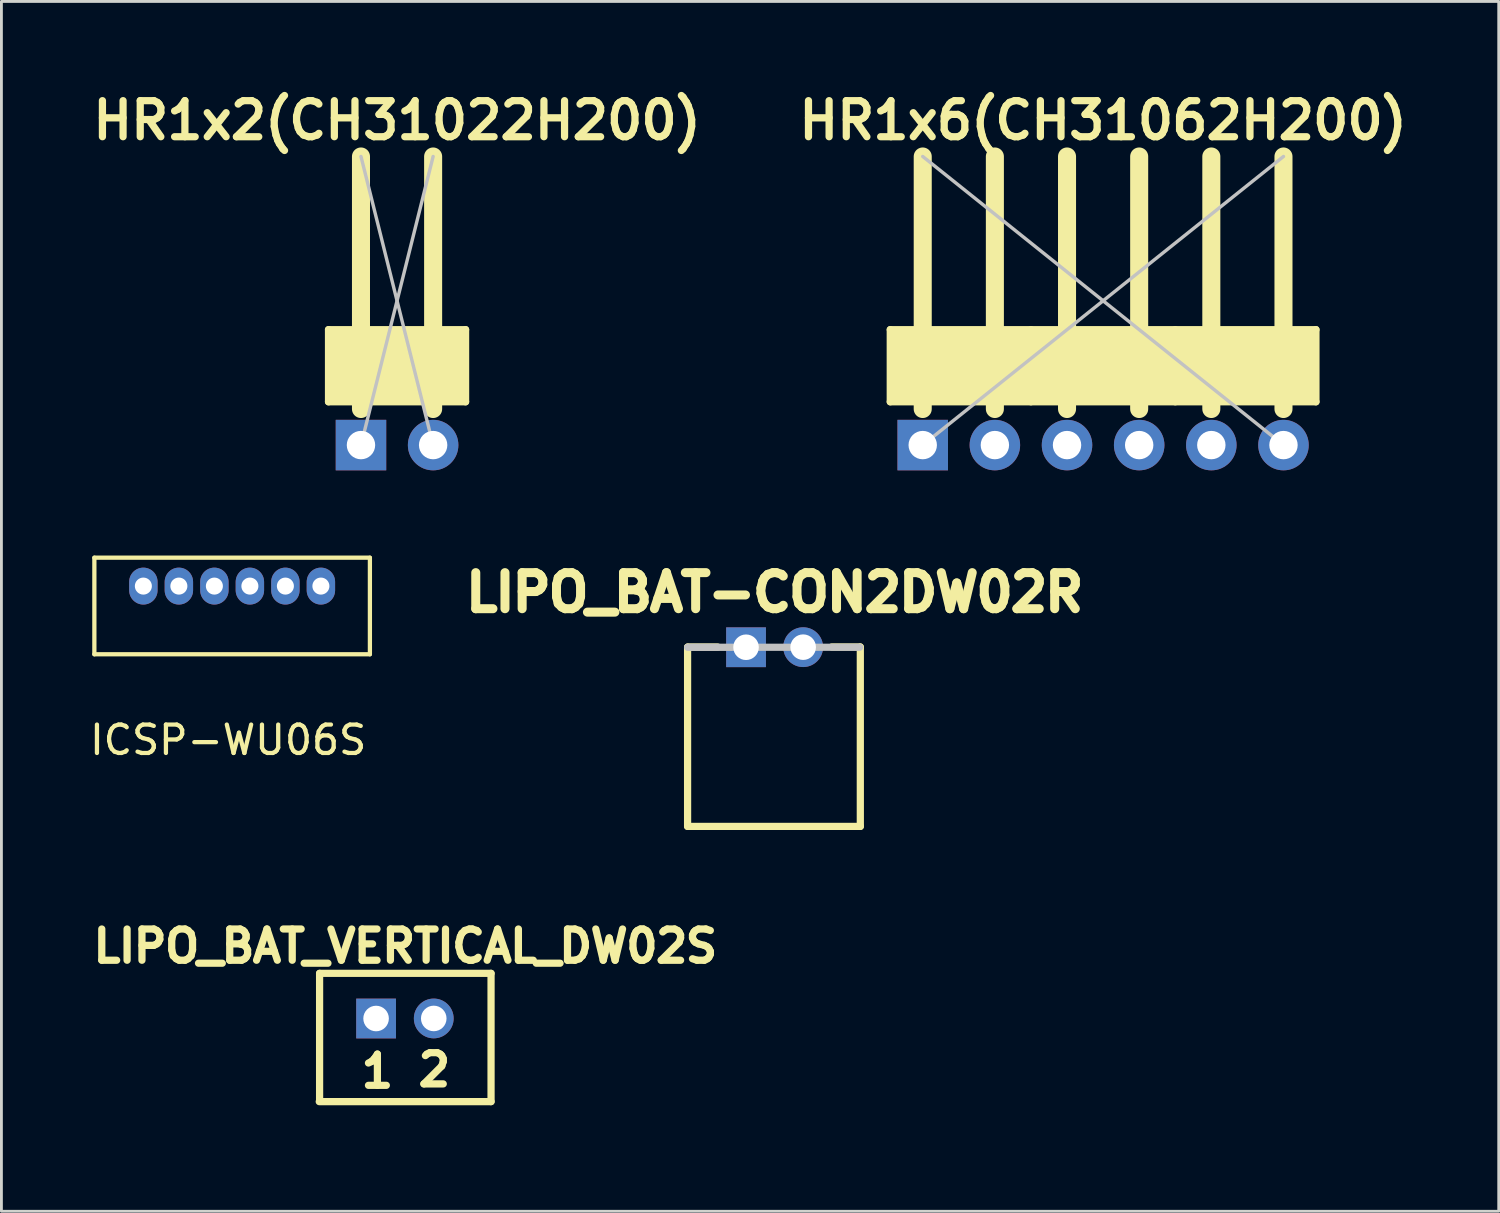
<source format=kicad_pcb>
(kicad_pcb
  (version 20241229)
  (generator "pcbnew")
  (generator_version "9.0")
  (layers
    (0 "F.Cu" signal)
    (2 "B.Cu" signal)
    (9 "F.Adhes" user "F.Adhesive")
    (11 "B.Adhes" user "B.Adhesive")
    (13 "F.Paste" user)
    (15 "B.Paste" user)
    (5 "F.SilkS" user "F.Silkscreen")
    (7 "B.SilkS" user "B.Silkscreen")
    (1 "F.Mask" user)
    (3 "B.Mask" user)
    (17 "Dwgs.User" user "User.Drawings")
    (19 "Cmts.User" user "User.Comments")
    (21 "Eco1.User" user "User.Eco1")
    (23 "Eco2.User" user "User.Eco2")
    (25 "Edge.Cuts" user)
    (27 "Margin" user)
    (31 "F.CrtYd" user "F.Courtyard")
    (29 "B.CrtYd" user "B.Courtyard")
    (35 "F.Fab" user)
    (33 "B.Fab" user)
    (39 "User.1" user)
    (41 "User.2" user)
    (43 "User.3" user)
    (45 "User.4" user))
  (footprint "ICSP-WU06S"
    (layer "F.Cu")
    (at 5.122 17.583)
    (property "Reference" "ICSP-WU06S" (at -0.14 5.42 0) (layer "F.SilkS") (effects (font (size 1 1) (thickness 0.15))))
    (attr through_hole)
    (fp_line (start -4.85 -1) (end 4.85 -1) (stroke (width 0.15) (type solid)) (layer "F.SilkS"))
    (fp_line (start -4.85 2.4) (end -4.85 -1) (stroke (width 0.15) (type solid)) (layer "F.SilkS"))
    (fp_line (start 4.85 -1) (end 4.85 2.4) (stroke (width 0.15) (type solid)) (layer "F.SilkS"))
    (fp_line (start 4.85 2.4) (end -4.85 2.4) (stroke (width 0.15) (type solid)) (layer "F.SilkS"))
    (pad "1" thru_hole oval (at -3.125 0) (size 1 1.3) (drill 0.6) (layers "*.Cu" "*.Mask"))
    (pad "2" thru_hole oval (at -1.875 0) (size 1 1.3) (drill 0.6) (layers "*.Cu" "*.Mask"))
    (pad "3" thru_hole oval (at -0.625 0) (size 1 1.3) (drill 0.6) (layers "*.Cu" "*.Mask"))
    (pad "4" thru_hole oval (at 0.625 0) (size 1 1.3) (drill 0.6) (layers "*.Cu" "*.Mask"))
    (pad "5" thru_hole oval (at 1.875 0) (size 1 1.3) (drill 0.6) (layers "*.Cu" "*.Mask"))
    (pad "6" thru_hole oval (at 3.125 0) (size 1 1.3) (drill 0.6) (layers "*.Cu" "*.Mask")))
  (footprint "HR1x6(CH31062H200)"
    (layer "F.Cu")
    (at 35.784 7.539)
    (property "Reference" "HR1x6(CH31062H200)" (at 0 -6.35 0) (layer "F.SilkS") (effects (font (size 1.27 1.27) (thickness 0.254))))
    (attr through_hole)
    (fp_line (start -7.493 1.016) (end -7.493 3.556) (stroke (width 0.254) (type solid)) (layer "F.SilkS"))
    (fp_line (start -7.493 3.556) (end -6.35 3.556) (stroke (width 0.254) (type solid)) (layer "F.SilkS"))
    (fp_line (start -6.35 1.016) (end -7.493 1.016) (stroke (width 0.254) (type solid)) (layer "F.SilkS"))
    (fp_line (start -6.35 1.016) (end -6.35 -5.08) (stroke (width 0.635) (type solid)) (layer "F.SilkS"))
    (fp_line (start -6.35 3.556) (end -6.35 3.81) (stroke (width 0.635) (type solid)) (layer "F.SilkS"))
    (fp_line (start -6.35 3.556) (end -3.81 3.556) (stroke (width 0.254) (type solid)) (layer "F.SilkS"))
    (fp_line (start -3.81 1.016) (end -6.35 1.016) (stroke (width 0.254) (type solid)) (layer "F.SilkS"))
    (fp_line (start -3.81 1.016) (end -3.81 -5.08) (stroke (width 0.635) (type solid)) (layer "F.SilkS"))
    (fp_line (start -3.81 3.556) (end -3.81 3.81) (stroke (width 0.635) (type solid)) (layer "F.SilkS"))
    (fp_line (start -3.81 3.556) (end -2.54 3.556) (stroke (width 0.254) (type solid)) (layer "F.SilkS"))
    (fp_line (start -2.54 1.016) (end -3.81 1.016) (stroke (width 0.254) (type solid)) (layer "F.SilkS"))
    (fp_line (start -2.54 3.556) (end -1.27 3.556) (stroke (width 0.254) (type solid)) (layer "F.SilkS"))
    (fp_line (start -1.27 1.016) (end -2.54 1.016) (stroke (width 0.254) (type solid)) (layer "F.SilkS"))
    (fp_line (start -1.27 1.016) (end -1.27 -5.08) (stroke (width 0.635) (type solid)) (layer "F.SilkS"))
    (fp_line (start -1.27 3.556) (end -1.27 3.81) (stroke (width 0.635) (type solid)) (layer "F.SilkS"))
    (fp_line (start -1.27 3.556) (end 1.27 3.556) (stroke (width 0.254) (type solid)) (layer "F.SilkS"))
    (fp_line (start 1.27 1.016) (end -1.27 1.016) (stroke (width 0.254) (type solid)) (layer "F.SilkS"))
    (fp_line (start 1.27 1.016) (end 1.27 -5.08) (stroke (width 0.635) (type solid)) (layer "F.SilkS"))
    (fp_line (start 1.27 3.556) (end 1.27 3.81) (stroke (width 0.635) (type solid)) (layer "F.SilkS"))
    (fp_line (start 1.27 3.556) (end 2.54 3.556) (stroke (width 0.254) (type solid)) (layer "F.SilkS"))
    (fp_line (start 2.54 1.016) (end 1.27 1.016) (stroke (width 0.254) (type solid)) (layer "F.SilkS"))
    (fp_line (start 2.54 3.556) (end 3.81 3.556) (stroke (width 0.254) (type solid)) (layer "F.SilkS"))
    (fp_line (start 3.81 1.016) (end 2.54 1.016) (stroke (width 0.254) (type solid)) (layer "F.SilkS"))
    (fp_line (start 3.81 1.016) (end 3.81 -5.08) (stroke (width 0.635) (type solid)) (layer "F.SilkS"))
    (fp_line (start 3.81 3.556) (end 3.81 3.81) (stroke (width 0.635) (type solid)) (layer "F.SilkS"))
    (fp_line (start 3.81 3.556) (end 6.35 3.556) (stroke (width 0.254) (type solid)) (layer "F.SilkS"))
    (fp_line (start 6.35 1.016) (end 3.81 1.016) (stroke (width 0.254) (type solid)) (layer "F.SilkS"))
    (fp_line (start 6.35 1.016) (end 6.35 -5.08) (stroke (width 0.635) (type solid)) (layer "F.SilkS"))
    (fp_line (start 6.35 3.556) (end 6.35 3.81) (stroke (width 0.635) (type solid)) (layer "F.SilkS"))
    (fp_line (start 6.35 3.556) (end 7.493 3.556) (stroke (width 0.254) (type solid)) (layer "F.SilkS"))
    (fp_line (start 7.493 1.016) (end 6.35 1.016) (stroke (width 0.254) (type solid)) (layer "F.SilkS"))
    (fp_line (start 7.493 3.556) (end 7.493 1.016) (stroke (width 0.254) (type solid)) (layer "F.SilkS"))
    (fp_poly (pts (xy -7.493 1.016) (xy 7.493 1.016) (xy 7.493 3.556) (xy -7.493 3.556)) (stroke (width 0.1) (type solid)) (fill yes) (layer "F.SilkS"))
    (fp_line (start -6.35 -5.08) (end 6.35 5.08) (stroke (width 0.12) (type solid)) (layer "Dwgs.User"))
    (fp_line (start 6.35 -5.08) (end -6.35 5.08) (stroke (width 0.12) (type solid)) (layer "Dwgs.User"))
    (pad "1" thru_hole rect (at -6.35 5.08) (size 1.778 1.778) (drill 1) (layers "*.Cu" "*.Mask"))
    (pad "2" thru_hole circle (at -3.81 5.08) (size 1.778 1.778) (drill 1) (layers "*.Cu" "*.Mask"))
    (pad "3" thru_hole circle (at -1.27 5.08) (size 1.778 1.778) (drill 1) (layers "*.Cu" "*.Mask"))
    (pad "4" thru_hole circle (at 1.27 5.08) (size 1.778 1.778) (drill 1) (layers "*.Cu" "*.Mask"))
    (pad "5" thru_hole circle (at 3.81 5.08) (size 1.778 1.778) (drill 1) (layers "*.Cu" "*.Mask"))
    (pad "6" thru_hole circle (at 6.35 5.08) (size 1.778 1.778) (drill 1) (layers "*.Cu" "*.Mask")))
  (footprint "HR1x2(CH31022H200)"
    (layer "F.Cu")
    (at 10.928 7.539)
    (property "Reference" "HR1x2(CH31022H200)" (at 0 -6.35 0) (layer "F.SilkS") (effects (font (size 1.27 1.27) (thickness 0.254))))
    (attr through_hole)
    (fp_line (start -2.413 1.016) (end -2.413 3.556) (stroke (width 0.254) (type solid)) (layer "F.SilkS"))
    (fp_line (start -2.413 3.556) (end -1.27 3.556) (stroke (width 0.254) (type solid)) (layer "F.SilkS"))
    (fp_line (start -1.27 1.016) (end -2.413 1.016) (stroke (width 0.254) (type solid)) (layer "F.SilkS"))
    (fp_line (start -1.27 1.016) (end -1.27 -5.08) (stroke (width 0.635) (type solid)) (layer "F.SilkS"))
    (fp_line (start -1.27 3.556) (end -1.27 3.81) (stroke (width 0.635) (type solid)) (layer "F.SilkS"))
    (fp_line (start -1.27 3.556) (end 1.27 3.556) (stroke (width 0.254) (type solid)) (layer "F.SilkS"))
    (fp_line (start 1.27 1.016) (end -1.27 1.016) (stroke (width 0.254) (type solid)) (layer "F.SilkS"))
    (fp_line (start 1.27 1.016) (end 1.27 -5.08) (stroke (width 0.635) (type solid)) (layer "F.SilkS"))
    (fp_line (start 1.27 3.556) (end 1.27 3.81) (stroke (width 0.635) (type solid)) (layer "F.SilkS"))
    (fp_line (start 1.27 3.556) (end 2.413 3.556) (stroke (width 0.254) (type solid)) (layer "F.SilkS"))
    (fp_line (start 2.413 1.016) (end 1.27 1.016) (stroke (width 0.254) (type solid)) (layer "F.SilkS"))
    (fp_line (start 2.413 3.556) (end 2.413 1.016) (stroke (width 0.254) (type solid)) (layer "F.SilkS"))
    (fp_poly (pts (xy -2.413 1.016) (xy 2.413 1.016) (xy 2.413 3.556) (xy -2.413 3.556)) (stroke (width 0.1) (type solid)) (fill yes) (layer "F.SilkS"))
    (fp_line (start -1.27 -5.08) (end 1.27 5.08) (stroke (width 0.12) (type solid)) (layer "Dwgs.User"))
    (fp_line (start 1.27 -5.08) (end -1.27 5.08) (stroke (width 0.12) (type solid)) (layer "Dwgs.User"))
    (pad "1" thru_hole rect (at -1.27 5.08) (size 1.778 1.778) (drill 1) (layers "*.Cu" "*.Mask"))
    (pad "2" thru_hole circle (at 1.27 5.08) (size 1.778 1.778) (drill 1) (layers "*.Cu" "*.Mask")))
  (footprint "LIPO_BAT-CON2DW02R"
    (layer "F.Cu")
    (at 24.222 22.888)
    (property "Reference" "LIPO_BAT-CON2DW02R" (at 0 -5.08 180) (layer "F.SilkS") (effects (font (size 1.27 1.27) (thickness 0.318))))
    (attr through_hole)
    (fp_line (start -3.066 -3.155) (end -3.066 3.155) (stroke (width 0.254) (type solid)) (layer "F.SilkS"))
    (fp_line (start -3.066 3.155) (end 3.015 3.155) (stroke (width 0.254) (type solid)) (layer "F.SilkS"))
    (fp_line (start -3.061 -3.162) (end -2.007 -3.162) (stroke (width 0.254) (type solid)) (layer "F.SilkS"))
    (fp_line (start 2.007 -3.162) (end 3.01 -3.162) (stroke (width 0.254) (type solid)) (layer "F.SilkS"))
    (fp_line (start 3.015 3.155) (end 3.015 -3.162) (stroke (width 0.254) (type solid)) (layer "F.SilkS"))
    (fp_line (start -3.063 -3.15) (end 2.992 -3.152) (stroke (width 0.254) (type solid)) (layer "Dwgs.User"))
    (pad "1" thru_hole rect (at -1.008 -3.152) (size 1.4 1.4) (drill 0.9) (layers "*.Cu" "*.Mask"))
    (pad "2" thru_hole circle (at 1.003 -3.155) (size 1.4 1.4) (drill 0.9) (layers "*.Cu" "*.Mask")))
  (footprint "LIPO_BAT_VERTICAL_DW02S"
    (layer "F.Cu")
    (at 11.219 36.342)
    (property "Reference" "LIPO_BAT_VERTICAL_DW02S" (at 0 -6.083 0) (layer "F.SilkS") (effects (font (size 1.1 1.1) (thickness 0.254))))
    (attr through_hole)
    (fp_line (start -3.03 -0.61) (end 3.018 -0.61) (stroke (width 0.254) (type solid)) (layer "F.SilkS"))
    (fp_line (start -3.018 -5.126) (end -3.018 -0.632) (stroke (width 0.254) (type solid)) (layer "F.SilkS"))
    (fp_line (start 3.018 -5.126) (end -3.018 -5.126) (stroke (width 0.254) (type solid)) (layer "F.SilkS"))
    (fp_line (start 3.018 -0.61) (end 3.018 -5.126) (stroke (width 0.254) (type solid)) (layer "F.SilkS"))
    (fp_text user "1" (at -0.983 -1.679 0) (layer "F.SilkS") (effects (font (size 1.1 1.1) (thickness 0.254))))
    (fp_text user "2" (at 1.021 -1.73 0) (layer "F.SilkS") (effects (font (size 1.1 1.1) (thickness 0.254))))
    (pad "1" thru_hole rect (at -1.029 -3.536) (size 1.4 1.4) (drill 0.9) (layers "*.Cu" "*.Mask"))
    (pad "2" thru_hole circle (at 1.001 -3.538) (size 1.4 1.4) (drill 0.9) (layers "*.Cu" "*.Mask")))
  (gr_rect
    (start -3 -3)
    (end 49.712 39.592)
    (stroke (width 0.1) (type default))
    (fill no)
    (layer "Edge.Cuts")))
</source>
